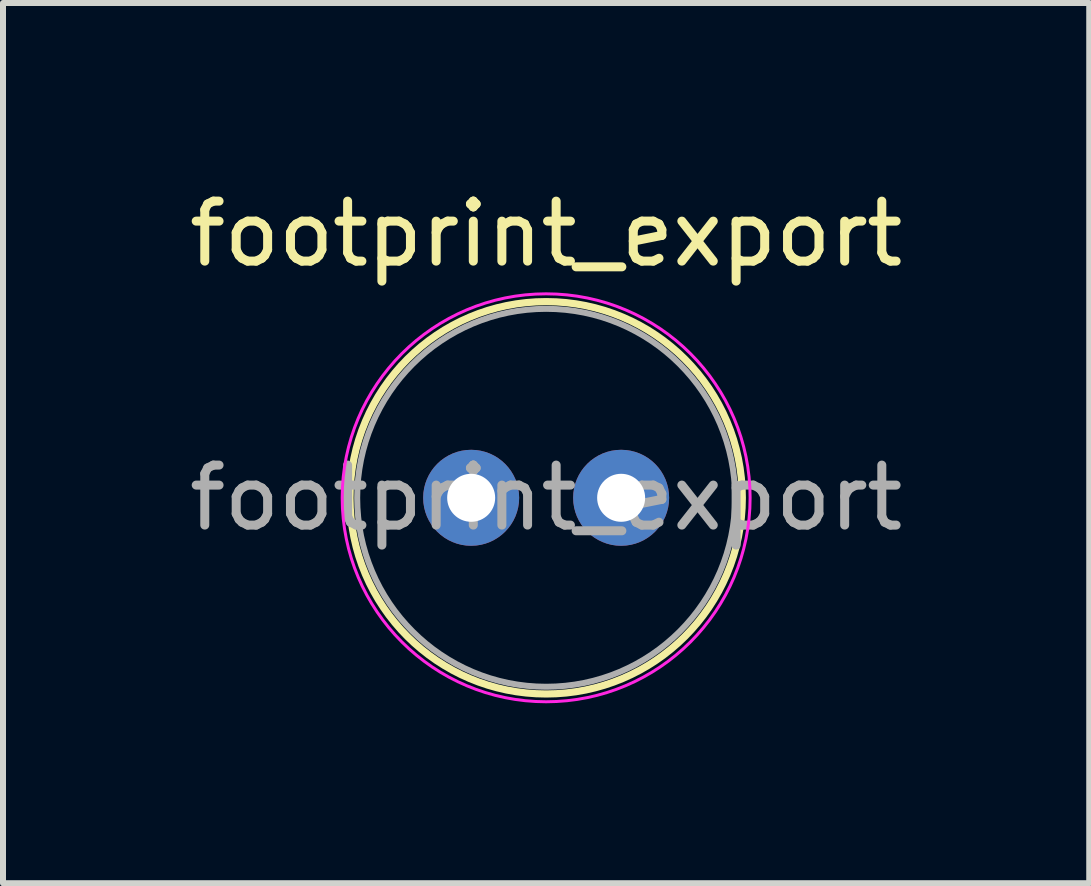
<source format=kicad_pcb>
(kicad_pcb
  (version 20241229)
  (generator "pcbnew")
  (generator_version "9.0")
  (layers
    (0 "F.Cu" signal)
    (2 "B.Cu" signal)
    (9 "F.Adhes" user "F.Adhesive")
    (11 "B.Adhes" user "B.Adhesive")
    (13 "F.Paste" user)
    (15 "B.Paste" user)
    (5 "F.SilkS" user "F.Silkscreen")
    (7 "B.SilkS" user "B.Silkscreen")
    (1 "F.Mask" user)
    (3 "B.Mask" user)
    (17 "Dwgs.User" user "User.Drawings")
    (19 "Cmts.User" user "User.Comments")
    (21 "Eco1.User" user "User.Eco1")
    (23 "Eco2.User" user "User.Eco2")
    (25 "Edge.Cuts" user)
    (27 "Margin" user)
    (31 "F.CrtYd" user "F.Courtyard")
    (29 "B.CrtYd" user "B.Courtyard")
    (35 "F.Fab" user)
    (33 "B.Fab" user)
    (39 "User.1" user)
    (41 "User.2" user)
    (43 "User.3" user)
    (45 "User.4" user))
  (footprint "footprint_export"
    (layer "F.Cu")
    (at 4.804 5.248)
    (property "Reference" "footprint_export" (at 1.25 -4.4 0) (layer "F.SilkS") (effects (font (size 1 1) (thickness 0.15))))
    (attr through_hole)
    (fp_circle (center 1.25 0) (end 4.52 0) (stroke (width 0.12) (type solid)) (fill no) (layer "F.SilkS"))
    (fp_circle (center 1.25 0) (end 4.65 0) (stroke (width 0.05) (type solid)) (fill no) (layer "F.CrtYd"))
    (fp_circle (center 1.25 0) (end 4.4 0) (stroke (width 0.1) (type solid)) (fill no) (layer "F.Fab"))
    (fp_text user "${REFERENCE}" (at 1.25 0 0) (layer "F.Fab") (effects (font (size 1 1) (thickness 0.15))))
    (pad "1" thru_hole circle (at 0 0) (size 1.6 1.6) (drill 0.8) (layers "*.Cu" "*.Mask"))
    (pad "2" thru_hole circle (at 2.5 0) (size 1.6 1.6) (drill 0.8) (layers "*.Cu" "*.Mask")))
  (gr_rect
    (start -3 -3)
    (end 15.107 11.673)
    (stroke (width 0.1) (type default))
    (fill no)
    (layer "Edge.Cuts")))
</source>
